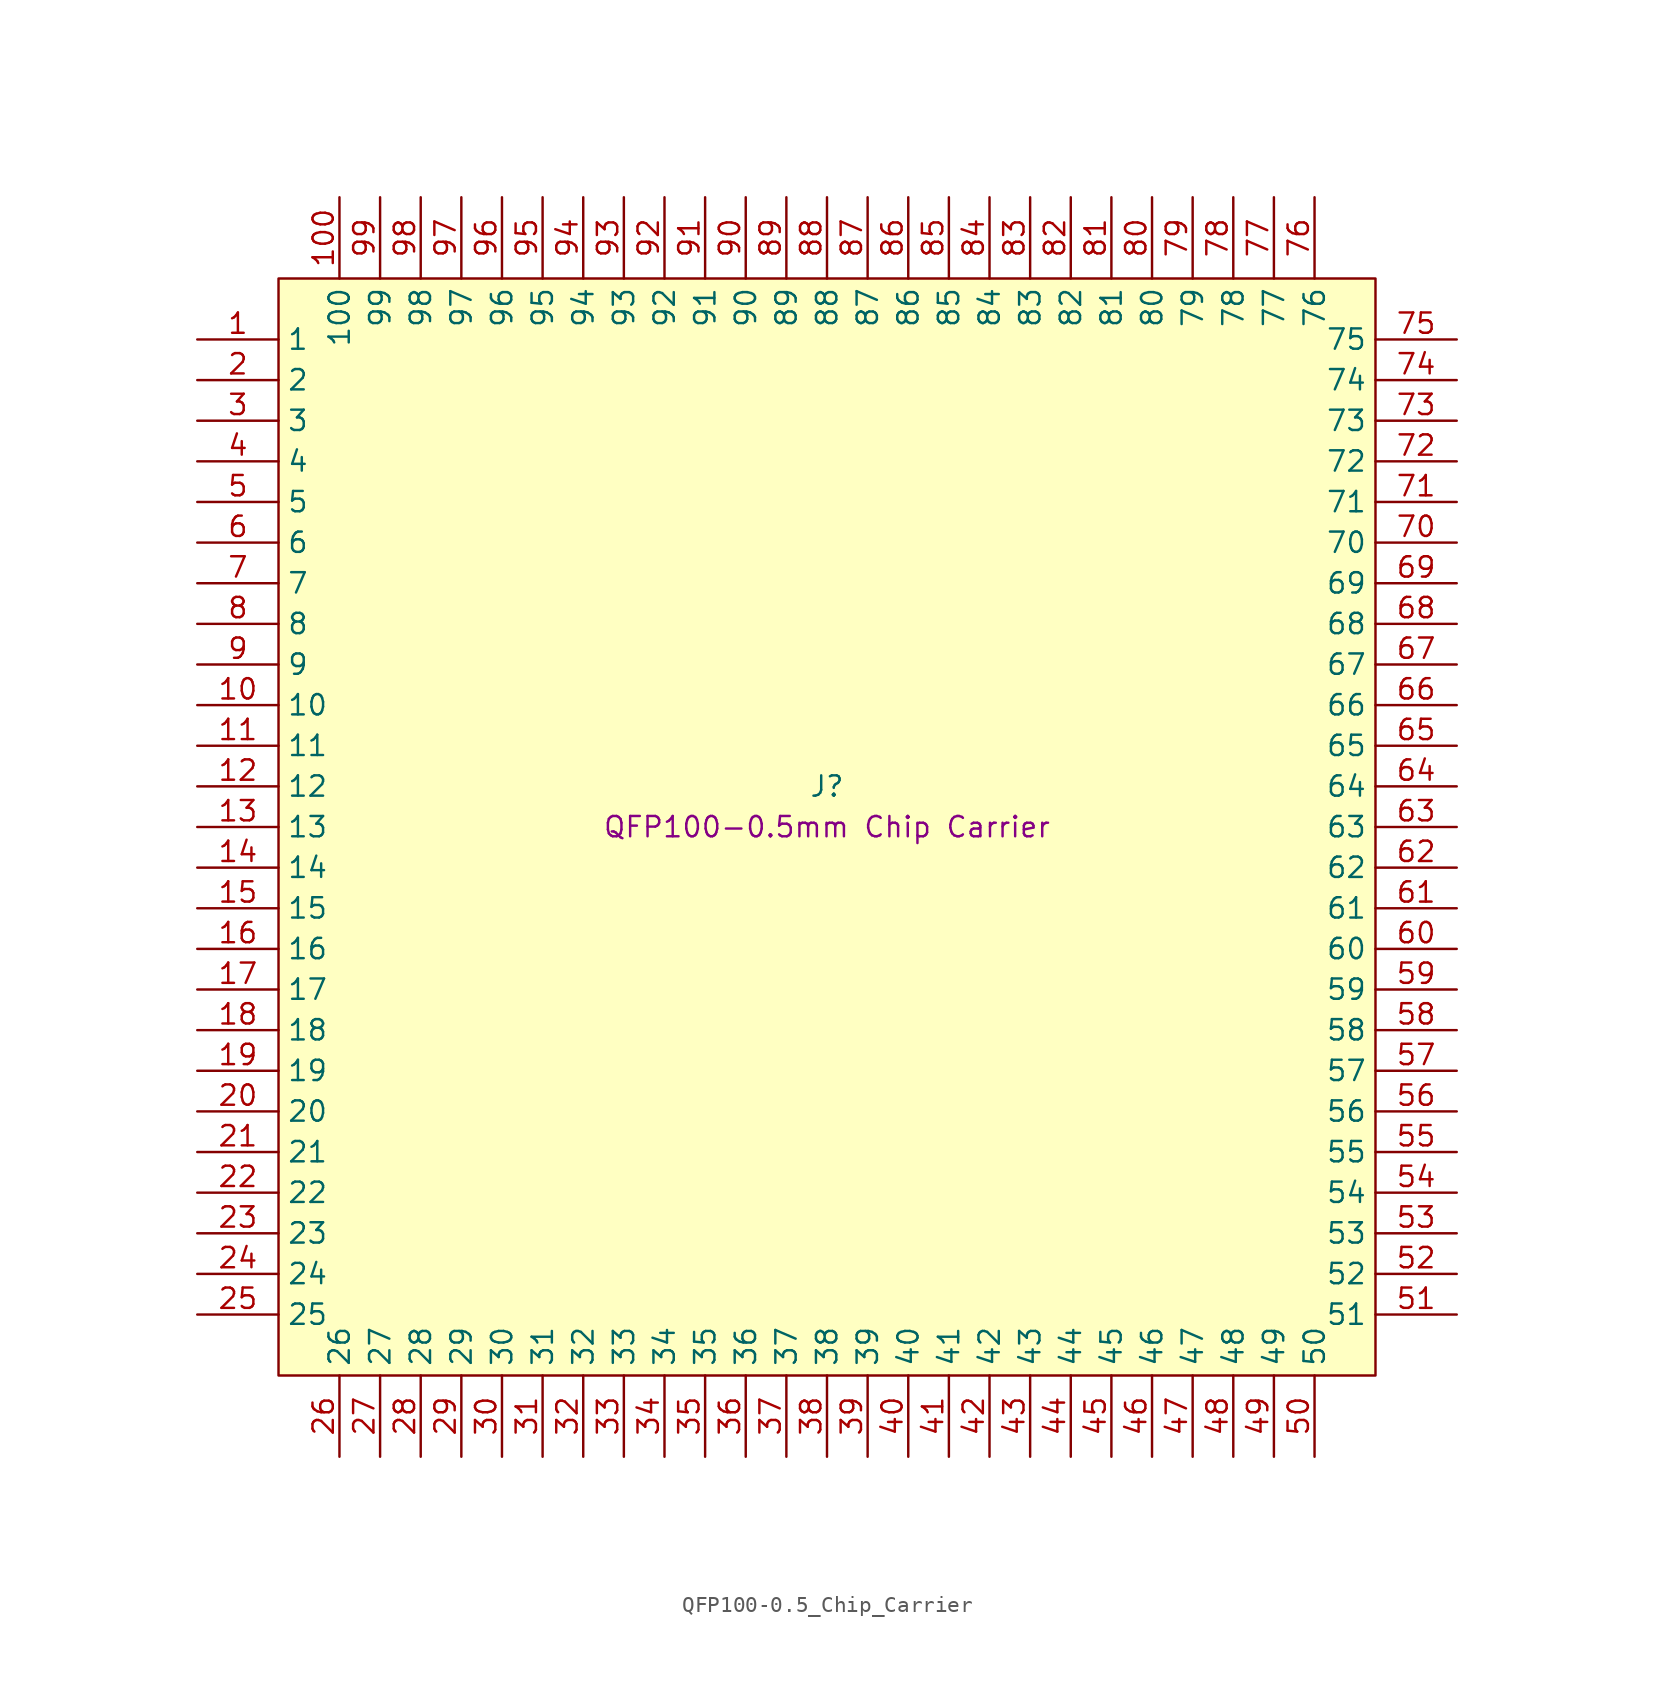
<source format=kicad_sym>
(kicad_symbol_lib
  (version 20231120)
  (generator "kicad_symbol_editor")
  (generator_version "8.0")
  (symbol "QFP100-0.5_Chip_Carrier"
    (property "Reference" "J"
      (at 39.37 -27.94 0)
      (effects (font (size 1.27 1.27))))
    (property "Value" ""
      (at 0 5.08 0)
      (effects (font (size 1.27 1.27))))
    (property "Description" "QFP100-0.5mm Chip Carrier"
      (at 39.37 -30.48 0)
      (effects (font (size 1.27 1.27))))
    (symbol "QFP100-0.5_Chip_Carrier_1_0"
      (pin passive line (at 0 0 0) (length 5.08) (name "1" (effects (font (size 1.27 1.27)))) (number "1" (effects (font (size 1.27 1.27)))))
      (pin passive line (at 0 -22.86 0) (length 5.08) (name "10" (effects (font (size 1.27 1.27)))) (number "10" (effects (font (size 1.27 1.27)))))
      (pin passive line (at 8.89 8.89 270) (length 5.08) (name "100" (effects (font (size 1.27 1.27)))) (number "100" (effects (font (size 1.27 1.27)))))
      (pin passive line (at 0 -25.4 0) (length 5.08) (name "11" (effects (font (size 1.27 1.27)))) (number "11" (effects (font (size 1.27 1.27)))))
      (pin passive line (at 0 -27.94 0) (length 5.08) (name "12" (effects (font (size 1.27 1.27)))) (number "12" (effects (font (size 1.27 1.27)))))
      (pin passive line (at 0 -30.48 0) (length 5.08) (name "13" (effects (font (size 1.27 1.27)))) (number "13" (effects (font (size 1.27 1.27)))))
      (pin passive line (at 0 -33.02 0) (length 5.08) (name "14" (effects (font (size 1.27 1.27)))) (number "14" (effects (font (size 1.27 1.27)))))
      (pin passive line (at 0 -35.56 0) (length 5.08) (name "15" (effects (font (size 1.27 1.27)))) (number "15" (effects (font (size 1.27 1.27)))))
      (pin passive line (at 0 -38.1 0) (length 5.08) (name "16" (effects (font (size 1.27 1.27)))) (number "16" (effects (font (size 1.27 1.27)))))
      (pin passive line (at 0 -40.64 0) (length 5.08) (name "17" (effects (font (size 1.27 1.27)))) (number "17" (effects (font (size 1.27 1.27)))))
      (pin passive line (at 0 -43.18 0) (length 5.08) (name "18" (effects (font (size 1.27 1.27)))) (number "18" (effects (font (size 1.27 1.27)))))
      (pin passive line (at 0 -45.72 0) (length 5.08) (name "19" (effects (font (size 1.27 1.27)))) (number "19" (effects (font (size 1.27 1.27)))))
      (pin passive line (at 0 -2.54 0) (length 5.08) (name "2" (effects (font (size 1.27 1.27)))) (number "2" (effects (font (size 1.27 1.27)))))
      (pin passive line (at 0 -48.26 0) (length 5.08) (name "20" (effects (font (size 1.27 1.27)))) (number "20" (effects (font (size 1.27 1.27)))))
      (pin passive line (at 0 -50.8 0) (length 5.08) (name "21" (effects (font (size 1.27 1.27)))) (number "21" (effects (font (size 1.27 1.27)))))
      (pin passive line (at 0 -53.34 0) (length 5.08) (name "22" (effects (font (size 1.27 1.27)))) (number "22" (effects (font (size 1.27 1.27)))))
      (pin passive line (at 0 -55.88 0) (length 5.08) (name "23" (effects (font (size 1.27 1.27)))) (number "23" (effects (font (size 1.27 1.27)))))
      (pin passive line (at 0 -58.42 0) (length 5.08) (name "24" (effects (font (size 1.27 1.27)))) (number "24" (effects (font (size 1.27 1.27)))))
      (pin passive line (at 0 -60.96 0) (length 5.08) (name "25" (effects (font (size 1.27 1.27)))) (number "25" (effects (font (size 1.27 1.27)))))
      (pin passive line (at 8.89 -69.85 90) (length 5.08) (name "26" (effects (font (size 1.27 1.27)))) (number "26" (effects (font (size 1.27 1.27)))))
      (pin passive line (at 11.43 -69.85 90) (length 5.08) (name "27" (effects (font (size 1.27 1.27)))) (number "27" (effects (font (size 1.27 1.27)))))
      (pin passive line (at 13.97 -69.85 90) (length 5.08) (name "28" (effects (font (size 1.27 1.27)))) (number "28" (effects (font (size 1.27 1.27)))))
      (pin passive line (at 16.51 -69.85 90) (length 5.08) (name "29" (effects (font (size 1.27 1.27)))) (number "29" (effects (font (size 1.27 1.27)))))
      (pin passive line (at 0 -5.08 0) (length 5.08) (name "3" (effects (font (size 1.27 1.27)))) (number "3" (effects (font (size 1.27 1.27)))))
      (pin passive line (at 19.05 -69.85 90) (length 5.08) (name "30" (effects (font (size 1.27 1.27)))) (number "30" (effects (font (size 1.27 1.27)))))
      (pin passive line (at 21.59 -69.85 90) (length 5.08) (name "31" (effects (font (size 1.27 1.27)))) (number "31" (effects (font (size 1.27 1.27)))))
      (pin passive line (at 24.13 -69.85 90) (length 5.08) (name "32" (effects (font (size 1.27 1.27)))) (number "32" (effects (font (size 1.27 1.27)))))
      (pin passive line (at 26.67 -69.85 90) (length 5.08) (name "33" (effects (font (size 1.27 1.27)))) (number "33" (effects (font (size 1.27 1.27)))))
      (pin passive line (at 29.21 -69.85 90) (length 5.08) (name "34" (effects (font (size 1.27 1.27)))) (number "34" (effects (font (size 1.27 1.27)))))
      (pin passive line (at 31.75 -69.85 90) (length 5.08) (name "35" (effects (font (size 1.27 1.27)))) (number "35" (effects (font (size 1.27 1.27)))))
      (pin passive line (at 34.29 -69.85 90) (length 5.08) (name "36" (effects (font (size 1.27 1.27)))) (number "36" (effects (font (size 1.27 1.27)))))
      (pin passive line (at 36.83 -69.85 90) (length 5.08) (name "37" (effects (font (size 1.27 1.27)))) (number "37" (effects (font (size 1.27 1.27)))))
      (pin passive line (at 39.37 -69.85 90) (length 5.08) (name "38" (effects (font (size 1.27 1.27)))) (number "38" (effects (font (size 1.27 1.27)))))
      (pin passive line (at 41.91 -69.85 90) (length 5.08) (name "39" (effects (font (size 1.27 1.27)))) (number "39" (effects (font (size 1.27 1.27)))))
      (pin passive line (at 0 -7.62 0) (length 5.08) (name "4" (effects (font (size 1.27 1.27)))) (number "4" (effects (font (size 1.27 1.27)))))
      (pin passive line (at 44.45 -69.85 90) (length 5.08) (name "40" (effects (font (size 1.27 1.27)))) (number "40" (effects (font (size 1.27 1.27)))))
      (pin passive line (at 46.99 -69.85 90) (length 5.08) (name "41" (effects (font (size 1.27 1.27)))) (number "41" (effects (font (size 1.27 1.27)))))
      (pin passive line (at 49.53 -69.85 90) (length 5.08) (name "42" (effects (font (size 1.27 1.27)))) (number "42" (effects (font (size 1.27 1.27)))))
      (pin passive line (at 52.07 -69.85 90) (length 5.08) (name "43" (effects (font (size 1.27 1.27)))) (number "43" (effects (font (size 1.27 1.27)))))
      (pin passive line (at 54.61 -69.85 90) (length 5.08) (name "44" (effects (font (size 1.27 1.27)))) (number "44" (effects (font (size 1.27 1.27)))))
      (pin passive line (at 57.15 -69.85 90) (length 5.08) (name "45" (effects (font (size 1.27 1.27)))) (number "45" (effects (font (size 1.27 1.27)))))
      (pin passive line (at 59.69 -69.85 90) (length 5.08) (name "46" (effects (font (size 1.27 1.27)))) (number "46" (effects (font (size 1.27 1.27)))))
      (pin passive line (at 62.23 -69.85 90) (length 5.08) (name "47" (effects (font (size 1.27 1.27)))) (number "47" (effects (font (size 1.27 1.27)))))
      (pin passive line (at 64.77 -69.85 90) (length 5.08) (name "48" (effects (font (size 1.27 1.27)))) (number "48" (effects (font (size 1.27 1.27)))))
      (pin passive line (at 67.31 -69.85 90) (length 5.08) (name "49" (effects (font (size 1.27 1.27)))) (number "49" (effects (font (size 1.27 1.27)))))
      (pin passive line (at 0 -10.16 0) (length 5.08) (name "5" (effects (font (size 1.27 1.27)))) (number "5" (effects (font (size 1.27 1.27)))))
      (pin passive line (at 69.85 -69.85 90) (length 5.08) (name "50" (effects (font (size 1.27 1.27)))) (number "50" (effects (font (size 1.27 1.27)))))
      (pin passive line (at 78.74 -60.96 180) (length 5.08) (name "51" (effects (font (size 1.27 1.27)))) (number "51" (effects (font (size 1.27 1.27)))))
      (pin passive line (at 78.74 -58.42 180) (length 5.08) (name "52" (effects (font (size 1.27 1.27)))) (number "52" (effects (font (size 1.27 1.27)))))
      (pin passive line (at 78.74 -55.88 180) (length 5.08) (name "53" (effects (font (size 1.27 1.27)))) (number "53" (effects (font (size 1.27 1.27)))))
      (pin passive line (at 78.74 -53.34 180) (length 5.08) (name "54" (effects (font (size 1.27 1.27)))) (number "54" (effects (font (size 1.27 1.27)))))
      (pin passive line (at 78.74 -50.8 180) (length 5.08) (name "55" (effects (font (size 1.27 1.27)))) (number "55" (effects (font (size 1.27 1.27)))))
      (pin passive line (at 78.74 -48.26 180) (length 5.08) (name "56" (effects (font (size 1.27 1.27)))) (number "56" (effects (font (size 1.27 1.27)))))
      (pin passive line (at 78.74 -45.72 180) (length 5.08) (name "57" (effects (font (size 1.27 1.27)))) (number "57" (effects (font (size 1.27 1.27)))))
      (pin passive line (at 78.74 -43.18 180) (length 5.08) (name "58" (effects (font (size 1.27 1.27)))) (number "58" (effects (font (size 1.27 1.27)))))
      (pin passive line (at 78.74 -40.64 180) (length 5.08) (name "59" (effects (font (size 1.27 1.27)))) (number "59" (effects (font (size 1.27 1.27)))))
      (pin passive line (at 0 -12.7 0) (length 5.08) (name "6" (effects (font (size 1.27 1.27)))) (number "6" (effects (font (size 1.27 1.27)))))
      (pin passive line (at 78.74 -38.1 180) (length 5.08) (name "60" (effects (font (size 1.27 1.27)))) (number "60" (effects (font (size 1.27 1.27)))))
      (pin passive line (at 78.74 -35.56 180) (length 5.08) (name "61" (effects (font (size 1.27 1.27)))) (number "61" (effects (font (size 1.27 1.27)))))
      (pin passive line (at 78.74 -33.02 180) (length 5.08) (name "62" (effects (font (size 1.27 1.27)))) (number "62" (effects (font (size 1.27 1.27)))))
      (pin passive line (at 78.74 -30.48 180) (length 5.08) (name "63" (effects (font (size 1.27 1.27)))) (number "63" (effects (font (size 1.27 1.27)))))
      (pin passive line (at 78.74 -27.94 180) (length 5.08) (name "64" (effects (font (size 1.27 1.27)))) (number "64" (effects (font (size 1.27 1.27)))))
      (pin passive line (at 78.74 -25.4 180) (length 5.08) (name "65" (effects (font (size 1.27 1.27)))) (number "65" (effects (font (size 1.27 1.27)))))
      (pin passive line (at 78.74 -22.86 180) (length 5.08) (name "66" (effects (font (size 1.27 1.27)))) (number "66" (effects (font (size 1.27 1.27)))))
      (pin passive line (at 78.74 -20.32 180) (length 5.08) (name "67" (effects (font (size 1.27 1.27)))) (number "67" (effects (font (size 1.27 1.27)))))
      (pin passive line (at 78.74 -17.78 180) (length 5.08) (name "68" (effects (font (size 1.27 1.27)))) (number "68" (effects (font (size 1.27 1.27)))))
      (pin passive line (at 78.74 -15.24 180) (length 5.08) (name "69" (effects (font (size 1.27 1.27)))) (number "69" (effects (font (size 1.27 1.27)))))
      (pin passive line (at 0 -15.24 0) (length 5.08) (name "7" (effects (font (size 1.27 1.27)))) (number "7" (effects (font (size 1.27 1.27)))))
      (pin passive line (at 78.74 -12.7 180) (length 5.08) (name "70" (effects (font (size 1.27 1.27)))) (number "70" (effects (font (size 1.27 1.27)))))
      (pin passive line (at 78.74 -10.16 180) (length 5.08) (name "71" (effects (font (size 1.27 1.27)))) (number "71" (effects (font (size 1.27 1.27)))))
      (pin passive line (at 78.74 -7.62 180) (length 5.08) (name "72" (effects (font (size 1.27 1.27)))) (number "72" (effects (font (size 1.27 1.27)))))
      (pin passive line (at 78.74 -5.08 180) (length 5.08) (name "73" (effects (font (size 1.27 1.27)))) (number "73" (effects (font (size 1.27 1.27)))))
      (pin passive line (at 78.74 -2.54 180) (length 5.08) (name "74" (effects (font (size 1.27 1.27)))) (number "74" (effects (font (size 1.27 1.27)))))
      (pin passive line (at 78.74 0 180) (length 5.08) (name "75" (effects (font (size 1.27 1.27)))) (number "75" (effects (font (size 1.27 1.27)))))
      (pin passive line (at 69.85 8.89 270) (length 5.08) (name "76" (effects (font (size 1.27 1.27)))) (number "76" (effects (font (size 1.27 1.27)))))
      (pin passive line (at 67.31 8.89 270) (length 5.08) (name "77" (effects (font (size 1.27 1.27)))) (number "77" (effects (font (size 1.27 1.27)))))
      (pin passive line (at 64.77 8.89 270) (length 5.08) (name "78" (effects (font (size 1.27 1.27)))) (number "78" (effects (font (size 1.27 1.27)))))
      (pin passive line (at 62.23 8.89 270) (length 5.08) (name "79" (effects (font (size 1.27 1.27)))) (number "79" (effects (font (size 1.27 1.27)))))
      (pin passive line (at 0 -17.78 0) (length 5.08) (name "8" (effects (font (size 1.27 1.27)))) (number "8" (effects (font (size 1.27 1.27)))))
      (pin passive line (at 59.69 8.89 270) (length 5.08) (name "80" (effects (font (size 1.27 1.27)))) (number "80" (effects (font (size 1.27 1.27)))))
      (pin passive line (at 57.15 8.89 270) (length 5.08) (name "81" (effects (font (size 1.27 1.27)))) (number "81" (effects (font (size 1.27 1.27)))))
      (pin passive line (at 54.61 8.89 270) (length 5.08) (name "82" (effects (font (size 1.27 1.27)))) (number "82" (effects (font (size 1.27 1.27)))))
      (pin passive line (at 52.07 8.89 270) (length 5.08) (name "83" (effects (font (size 1.27 1.27)))) (number "83" (effects (font (size 1.27 1.27)))))
      (pin passive line (at 49.53 8.89 270) (length 5.08) (name "84" (effects (font (size 1.27 1.27)))) (number "84" (effects (font (size 1.27 1.27)))))
      (pin passive line (at 46.99 8.89 270) (length 5.08) (name "85" (effects (font (size 1.27 1.27)))) (number "85" (effects (font (size 1.27 1.27)))))
      (pin passive line (at 44.45 8.89 270) (length 5.08) (name "86" (effects (font (size 1.27 1.27)))) (number "86" (effects (font (size 1.27 1.27)))))
      (pin passive line (at 41.91 8.89 270) (length 5.08) (name "87" (effects (font (size 1.27 1.27)))) (number "87" (effects (font (size 1.27 1.27)))))
      (pin passive line (at 39.37 8.89 270) (length 5.08) (name "88" (effects (font (size 1.27 1.27)))) (number "88" (effects (font (size 1.27 1.27)))))
      (pin passive line (at 36.83 8.89 270) (length 5.08) (name "89" (effects (font (size 1.27 1.27)))) (number "89" (effects (font (size 1.27 1.27)))))
      (pin passive line (at 0 -20.32 0) (length 5.08) (name "9" (effects (font (size 1.27 1.27)))) (number "9" (effects (font (size 1.27 1.27)))))
      (pin passive line (at 34.29 8.89 270) (length 5.08) (name "90" (effects (font (size 1.27 1.27)))) (number "90" (effects (font (size 1.27 1.27)))))
      (pin passive line (at 31.75 8.89 270) (length 5.08) (name "91" (effects (font (size 1.27 1.27)))) (number "91" (effects (font (size 1.27 1.27)))))
      (pin passive line (at 29.21 8.89 270) (length 5.08) (name "92" (effects (font (size 1.27 1.27)))) (number "92" (effects (font (size 1.27 1.27)))))
      (pin passive line (at 26.67 8.89 270) (length 5.08) (name "93" (effects (font (size 1.27 1.27)))) (number "93" (effects (font (size 1.27 1.27)))))
      (pin passive line (at 24.13 8.89 270) (length 5.08) (name "94" (effects (font (size 1.27 1.27)))) (number "94" (effects (font (size 1.27 1.27)))))
      (pin passive line (at 21.59 8.89 270) (length 5.08) (name "95" (effects (font (size 1.27 1.27)))) (number "95" (effects (font (size 1.27 1.27)))))
      (pin passive line (at 19.05 8.89 270) (length 5.08) (name "96" (effects (font (size 1.27 1.27)))) (number "96" (effects (font (size 1.27 1.27)))))
      (pin passive line (at 16.51 8.89 270) (length 5.08) (name "97" (effects (font (size 1.27 1.27)))) (number "97" (effects (font (size 1.27 1.27)))))
      (pin passive line (at 13.97 8.89 270) (length 5.08) (name "98" (effects (font (size 1.27 1.27)))) (number "98" (effects (font (size 1.27 1.27)))))
      (pin passive line (at 11.43 8.89 270) (length 5.08) (name "99" (effects (font (size 1.27 1.27)))) (number "99" (effects (font (size 1.27 1.27))))))
    (symbol "QFP100-0.5_Chip_Carrier_1_1"
      (rectangle (start 5.08 3.81) (end 73.66 -64.77) (stroke (width 0) (type default)) (fill (type background))))))
</source>
